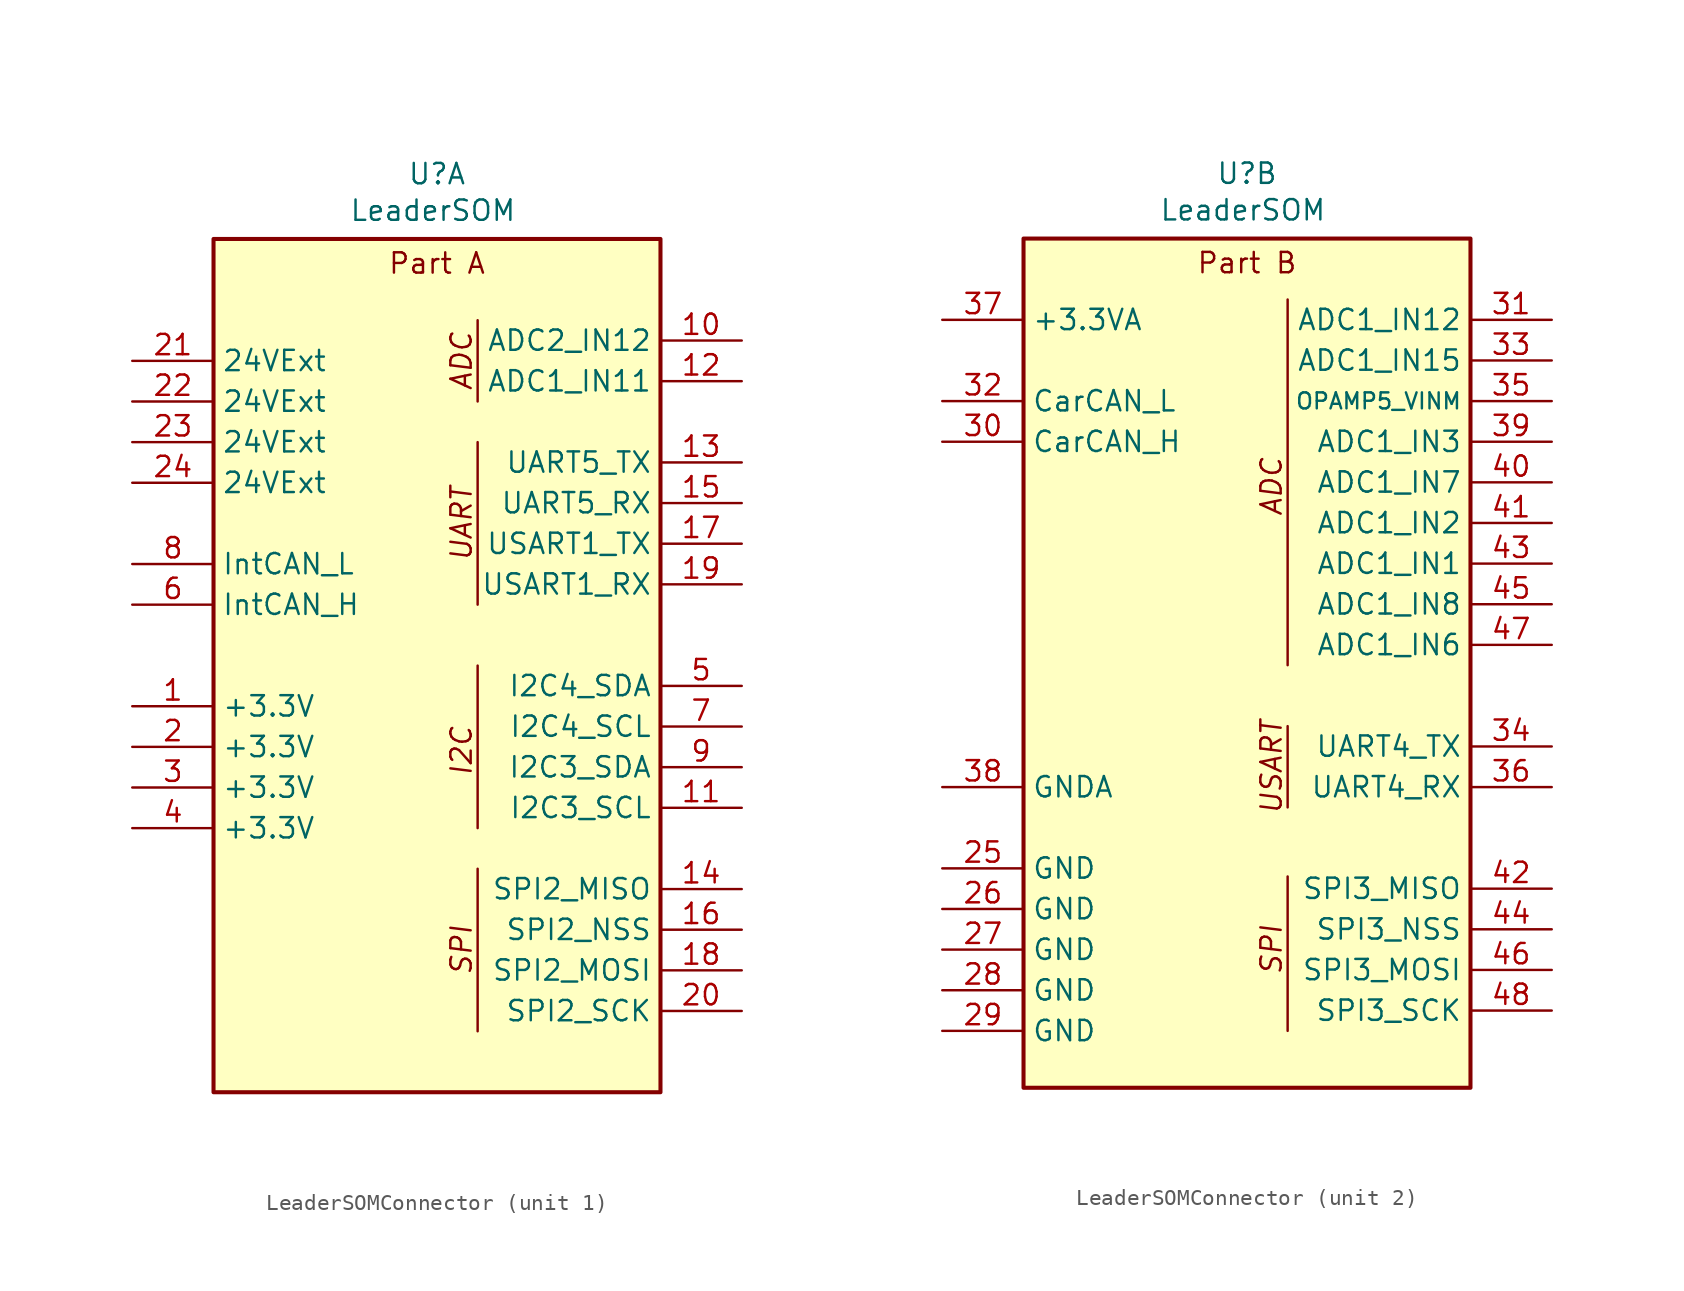
<source format=kicad_sym>
(kicad_symbol_lib
  (version 20241209)
  (generator "kicad_symbol_editor")
  (generator_version "9.0")
  (symbol "LeaderSOMConnector"
    (property "Reference" "U"
      (at 0 30.734 0)
      (effects (font (size 1.27 1.27))))
    (property "Value" "LeaderSOM"
      (at -0.254 28.448 0)
      (effects (font (size 1.27 1.27))))
    (property "ki_locked" ""
      (at 0 0 0)
      (effects (font (size 1.27 1.27))))
    (symbol "LeaderSOMConnector_1_1"
      (rectangle (start -13.97 26.67) (end 13.97 -26.67) (stroke (width 0.254) (type solid)) (fill (type background)))
      (polyline (pts (xy 2.54 16.51) (xy 2.54 21.59)) (stroke (width 0) (type solid)) (fill (type none)))
      (polyline (pts (xy 2.54 3.81) (xy 2.54 13.97)) (stroke (width 0) (type solid)) (fill (type none)))
      (polyline (pts (xy 2.54 -10.16) (xy 2.54 0)) (stroke (width 0) (type solid)) (fill (type none)))
      (polyline (pts (xy 2.54 -22.86) (xy 2.54 -12.7)) (stroke (width 0) (type solid)) (fill (type none)))
      (text "Part A" (at 0 25.146 0) (effects (font (size 1.27 1.27))))
      (text "ADC" (at 1.524 19.05 900) (effects (font (size 1.27 1.27) (italic yes))))
      (text "UART" (at 1.524 8.89 900) (effects (font (size 1.27 1.27) (italic yes))))
      (text "I2C" (at 1.524 -5.334 900) (effects (font (size 1.27 1.27) (italic yes))))
      (text "SPI" (at 1.524 -17.78 900) (effects (font (size 1.27 1.27) (italic yes))))
      (pin input line (at -19.05 19.05 0) (length 5.08) (name "24VExt" (effects (font (size 1.27 1.27)))) (number "21" (effects (font (size 1.27 1.27)))))
      (pin input line (at -19.05 16.51 0) (length 5.08) (name "24VExt" (effects (font (size 1.27 1.27)))) (number "22" (effects (font (size 1.27 1.27)))))
      (pin input line (at -19.05 13.97 0) (length 5.08) (name "24VExt" (effects (font (size 1.27 1.27)))) (number "23" (effects (font (size 1.27 1.27)))))
      (pin input line (at -19.05 11.43 0) (length 5.08) (name "24VExt" (effects (font (size 1.27 1.27)))) (number "24" (effects (font (size 1.27 1.27)))))
      (pin input line (at -19.05 6.35 0) (length 5.08) (name "IntCAN_L" (effects (font (size 1.27 1.27)))) (number "8" (effects (font (size 1.27 1.27)))))
      (pin input line (at -19.05 3.81 0) (length 5.08) (name "IntCAN_H" (effects (font (size 1.27 1.27)))) (number "6" (effects (font (size 1.27 1.27)))))
      (pin output line (at -19.05 -2.54 0) (length 5.08) (name "+3.3V" (effects (font (size 1.27 1.27)))) (number "1" (effects (font (size 1.27 1.27)))))
      (pin output line (at -19.05 -5.08 0) (length 5.08) (name "+3.3V" (effects (font (size 1.27 1.27)))) (number "2" (effects (font (size 1.27 1.27)))))
      (pin output line (at -19.05 -7.62 0) (length 5.08) (name "+3.3V" (effects (font (size 1.27 1.27)))) (number "3" (effects (font (size 1.27 1.27)))))
      (pin output line (at -19.05 -10.16 0) (length 5.08) (name "+3.3V" (effects (font (size 1.27 1.27)))) (number "4" (effects (font (size 1.27 1.27)))))
      (pin no_connect line (at -19.05 -15.24 0) (length 5.08) (hide yes) (name "MNT" (effects (font (size 1.27 1.27)))) (number "49" (effects (font (size 1.27 1.27)))))
      (pin no_connect line (at -19.05 -17.78 0) (length 5.08) (hide yes) (name "MNT" (effects (font (size 1.27 1.27)))) (number "50" (effects (font (size 1.27 1.27)))))
      (pin no_connect line (at -19.05 -20.32 0) (length 5.08) (hide yes) (name "MNT" (effects (font (size 1.27 1.27)))) (number "51" (effects (font (size 1.27 1.27)))))
      (pin no_connect line (at -19.05 -22.606 0) (length 5.08) (hide yes) (name "MNT" (effects (font (size 1.27 1.27)))) (number "52" (effects (font (size 1.27 1.27)))))
      (pin input line (at 19.05 20.32 180) (length 5.08) (name "ADC2_IN12" (effects (font (size 1.27 1.27)))) (number "10" (effects (font (size 1.27 1.27)))))
      (pin input line (at 19.05 17.78 180) (length 5.08) (name "ADC1_IN11" (effects (font (size 1.27 1.27)))) (number "12" (effects (font (size 1.27 1.27)))))
      (pin bidirectional line (at 19.05 12.7 180) (length 5.08) (name "UART5_TX" (effects (font (size 1.27 1.27)))) (number "13" (effects (font (size 1.27 1.27)))))
      (pin bidirectional line (at 19.05 10.16 180) (length 5.08) (name "UART5_RX" (effects (font (size 1.27 1.27)))) (number "15" (effects (font (size 1.27 1.27)))))
      (pin bidirectional line (at 19.05 7.62 180) (length 5.08) (name "USART1_TX" (effects (font (size 1.27 1.27)))) (number "17" (effects (font (size 1.27 1.27)))))
      (pin bidirectional line (at 19.05 5.08 180) (length 5.08) (name "USART1_RX" (effects (font (size 1.27 1.27)))) (number "19" (effects (font (size 1.27 1.27)))))
      (pin bidirectional line (at 19.05 -1.27 180) (length 5.08) (name "I2C4_SDA" (effects (font (size 1.27 1.27)))) (number "5" (effects (font (size 1.27 1.27)))))
      (pin input line (at 19.05 -3.81 180) (length 5.08) (name "I2C4_SCL" (effects (font (size 1.27 1.27)))) (number "7" (effects (font (size 1.27 1.27)))))
      (pin bidirectional line (at 19.05 -6.35 180) (length 5.08) (name "I2C3_SDA" (effects (font (size 1.27 1.27)))) (number "9" (effects (font (size 1.27 1.27)))))
      (pin input line (at 19.05 -8.89 180) (length 5.08) (name "I2C3_SCL" (effects (font (size 1.27 1.27)))) (number "11" (effects (font (size 1.27 1.27)))))
      (pin input line (at 19.05 -13.97 180) (length 5.08) (name "SPI2_MISO" (effects (font (size 1.27 1.27)))) (number "14" (effects (font (size 1.27 1.27)))))
      (pin output line (at 19.05 -16.51 180) (length 5.08) (name "SPI2_NSS" (effects (font (size 1.27 1.27)))) (number "16" (effects (font (size 1.27 1.27)))))
      (pin output line (at 19.05 -19.05 180) (length 5.08) (name "SPI2_MOSI" (effects (font (size 1.27 1.27)))) (number "18" (effects (font (size 1.27 1.27)))))
      (pin output line (at 19.05 -21.59 180) (length 5.08) (name "SPI2_SCK" (effects (font (size 1.27 1.27)))) (number "20" (effects (font (size 1.27 1.27))))))
    (symbol "LeaderSOMConnector_2_1"
      (rectangle (start -13.97 26.67) (end 13.97 -26.416) (stroke (width 0.254) (type solid)) (fill (type background)))
      (polyline (pts (xy 2.54 0) (xy 2.54 22.86)) (stroke (width 0) (type solid)) (fill (type none)))
      (polyline (pts (xy 2.54 -8.89) (xy 2.54 -3.81)) (stroke (width 0) (type solid)) (fill (type none)))
      (polyline (pts (xy 2.54 -22.86) (xy 2.54 -13.208)) (stroke (width 0) (type solid)) (fill (type none)))
      (text "Part B" (at 0 25.146 0) (effects (font (size 1.27 1.27))))
      (text "ADC" (at 1.524 11.176 900) (effects (font (size 1.27 1.27) (italic yes))))
      (text "USART" (at 1.524 -6.35 900) (effects (font (size 1.27 1.27) (italic yes))))
      (text "SPI" (at 1.524 -17.78 900) (effects (font (size 1.27 1.27) (italic yes))))
      (pin output line (at -19.05 21.59 0) (length 5.08) (name "+3.3VA" (effects (font (size 1.27 1.27)))) (number "37" (effects (font (size 1.27 1.27)))))
      (pin input line (at -19.05 16.51 0) (length 5.08) (name "CarCAN_L" (effects (font (size 1.27 1.27)))) (number "32" (effects (font (size 1.27 1.27)))))
      (pin input line (at -19.05 13.97 0) (length 5.08) (name "CarCAN_H" (effects (font (size 1.27 1.27)))) (number "30" (effects (font (size 1.27 1.27)))))
      (pin input line (at -19.05 -7.62 0) (length 5.08) (name "GNDA" (effects (font (size 1.27 1.27)))) (number "38" (effects (font (size 1.27 1.27)))))
      (pin input line (at -19.05 -12.7 0) (length 5.08) (name "GND" (effects (font (size 1.27 1.27)))) (number "25" (effects (font (size 1.27 1.27)))))
      (pin input line (at -19.05 -15.24 0) (length 5.08) (name "GND" (effects (font (size 1.27 1.27)))) (number "26" (effects (font (size 1.27 1.27)))))
      (pin input line (at -19.05 -17.78 0) (length 5.08) (name "GND" (effects (font (size 1.27 1.27)))) (number "27" (effects (font (size 1.27 1.27)))))
      (pin input line (at -19.05 -20.32 0) (length 5.08) (name "GND" (effects (font (size 1.27 1.27)))) (number "28" (effects (font (size 1.27 1.27)))))
      (pin input line (at -19.05 -22.86 0) (length 5.08) (name "GND" (effects (font (size 1.27 1.27)))) (number "29" (effects (font (size 1.27 1.27)))))
      (pin input line (at 19.05 21.59 180) (length 5.08) (name "ADC1_IN12" (effects (font (size 1.27 1.27)))) (number "31" (effects (font (size 1.27 1.27)))))
      (pin output line (at 19.05 19.05 180) (length 5.08) (name "ADC1_IN15" (effects (font (size 1.27 1.27)))) (number "33" (effects (font (size 1.27 1.27)))))
      (pin output line (at 19.05 16.51 180) (length 5.08) (name "OPAMP5_VINM" (effects (font (size 1 1)))) (number "35" (effects (font (size 1.27 1.27)))))
      (pin output line (at 19.05 13.97 180) (length 5.08) (name "ADC1_IN3" (effects (font (size 1.27 1.27)))) (number "39" (effects (font (size 1.27 1.27)))))
      (pin input line (at 19.05 11.43 180) (length 5.08) (name "ADC1_IN7" (effects (font (size 1.27 1.27)))) (number "40" (effects (font (size 1.27 1.27)))))
      (pin input line (at 19.05 8.89 180) (length 5.08) (name "ADC1_IN2" (effects (font (size 1.27 1.27)))) (number "41" (effects (font (size 1.27 1.27)))))
      (pin input line (at 19.05 6.35 180) (length 5.08) (name "ADC1_IN1" (effects (font (size 1.27 1.27)))) (number "43" (effects (font (size 1.27 1.27)))))
      (pin output line (at 19.05 3.81 180) (length 5.08) (name "ADC1_IN8" (effects (font (size 1.27 1.27)))) (number "45" (effects (font (size 1.27 1.27)))))
      (pin output line (at 19.05 1.27 180) (length 5.08) (name "ADC1_IN6" (effects (font (size 1.27 1.27)))) (number "47" (effects (font (size 1.27 1.27)))))
      (pin output line (at 19.05 -5.08 180) (length 5.08) (name "UART4_TX" (effects (font (size 1.27 1.27)))) (number "34" (effects (font (size 1.27 1.27)))))
      (pin output line (at 19.05 -7.62 180) (length 5.08) (name "UART4_RX" (effects (font (size 1.27 1.27)))) (number "36" (effects (font (size 1.27 1.27)))))
      (pin output line (at 19.05 -13.97 180) (length 5.08) (name "SPI3_MISO" (effects (font (size 1.27 1.27)))) (number "42" (effects (font (size 1.27 1.27)))))
      (pin input line (at 19.05 -16.51 180) (length 5.08) (name "SPI3_NSS" (effects (font (size 1.27 1.27)))) (number "44" (effects (font (size 1.27 1.27)))))
      (pin output line (at 19.05 -19.05 180) (length 5.08) (name "SPI3_MOSI" (effects (font (size 1.27 1.27)))) (number "46" (effects (font (size 1.27 1.27)))))
      (pin output line (at 19.05 -21.59 180) (length 5.08) (name "SPI3_SCK" (effects (font (size 1.27 1.27)))) (number "48" (effects (font (size 1.27 1.27))))))))
</source>
